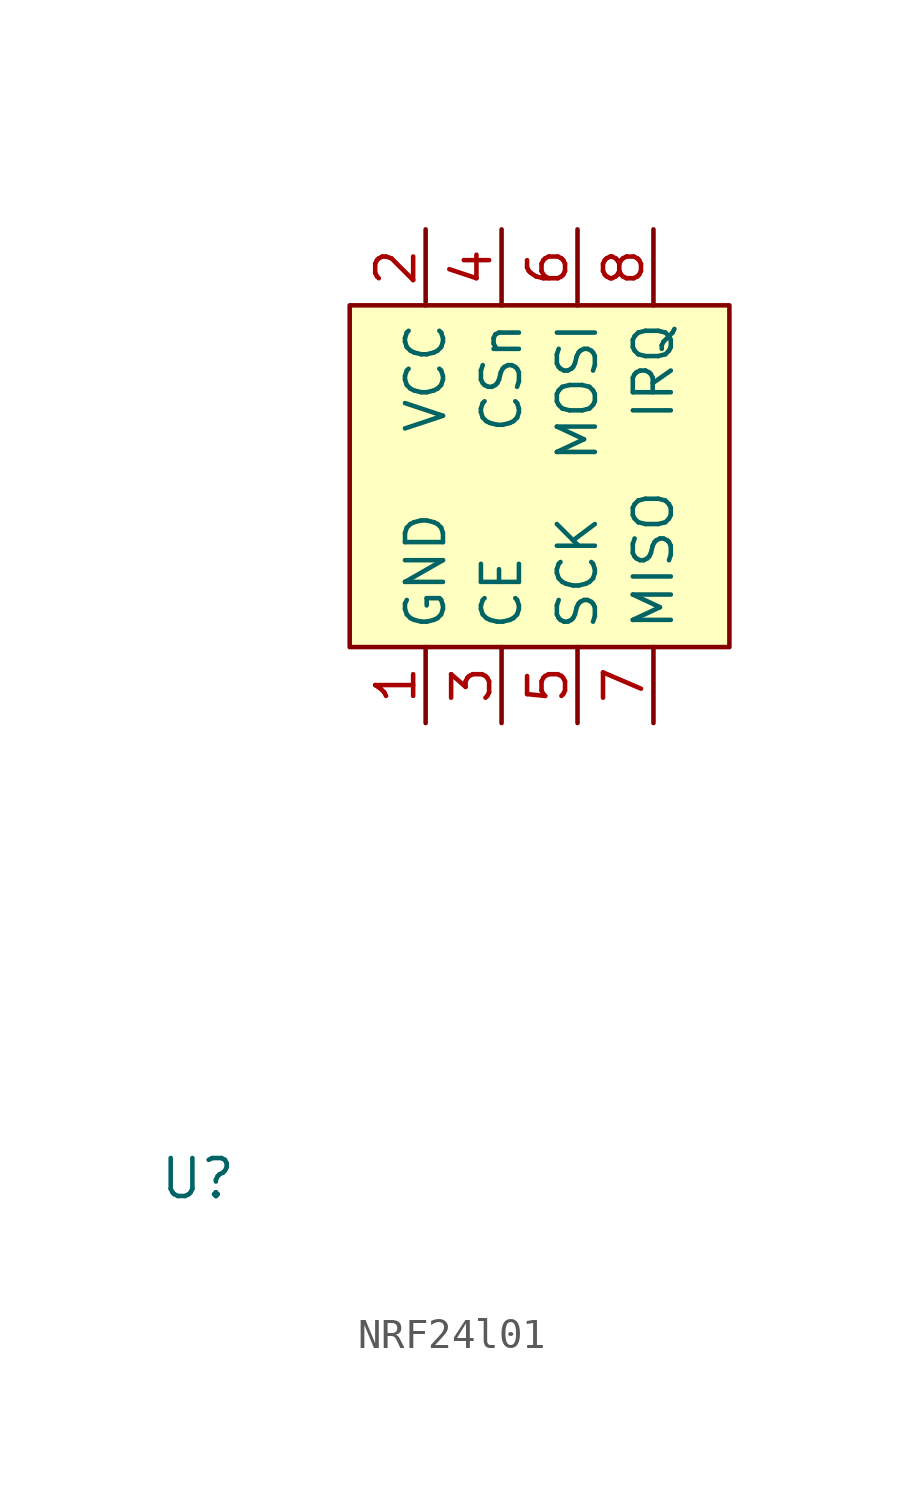
<source format=kicad_sym>
(kicad_symbol_lib
  (version 20220914)
  (generator kicad_symbol_editor)
  (symbol "NRF24l01"
    (property "Reference" "U"
      (at -10.16 -17.78 0)
      (effects (font (size 1.27 1.27))))
    (property "Value" ""
      (at 0 0 0)
      (effects (font (size 1.27 1.27))))
    (symbol "NRF24l01_1_1"
      (rectangle (start -5.08 11.43) (end 7.62 0) (stroke (width 0) (type default)) (fill (type background)))
      (pin power_in line (at -2.54 -2.54 90) (length 2.54) (name "GND" (effects (font (size 1.27 1.27)))) (number "1" (effects (font (size 1.27 1.27)))))
      (pin power_in line (at -2.54 13.97 270) (length 2.54) (name "VCC" (effects (font (size 1.27 1.27)))) (number "2" (effects (font (size 1.27 1.27)))))
      (pin bidirectional line (at 0 -2.54 90) (length 2.54) (name "CE" (effects (font (size 1.27 1.27)))) (number "3" (effects (font (size 1.27 1.27)))))
      (pin bidirectional line (at 0 13.97 270) (length 2.54) (name "CSn" (effects (font (size 1.27 1.27)))) (number "4" (effects (font (size 1.27 1.27)))))
      (pin bidirectional line (at 2.54 -2.54 90) (length 2.54) (name "SCK" (effects (font (size 1.27 1.27)))) (number "5" (effects (font (size 1.27 1.27)))))
      (pin bidirectional line (at 2.54 13.97 270) (length 2.54) (name "MOSI" (effects (font (size 1.27 1.27)))) (number "6" (effects (font (size 1.27 1.27)))))
      (pin bidirectional line (at 5.08 -2.54 90) (length 2.54) (name "MISO" (effects (font (size 1.27 1.27)))) (number "7" (effects (font (size 1.27 1.27)))))
      (pin bidirectional line (at 5.08 13.97 270) (length 2.54) (name "IRQ" (effects (font (size 1.27 1.27)))) (number "8" (effects (font (size 1.27 1.27))))))))
</source>
